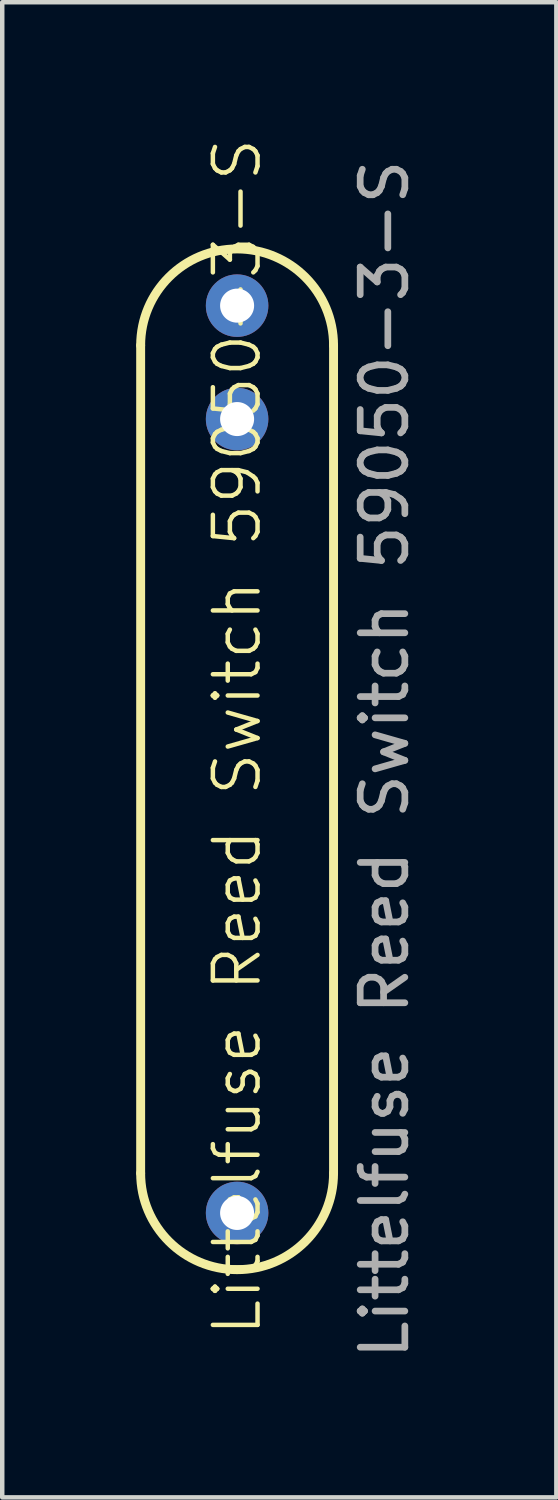
<source format=kicad_pcb>
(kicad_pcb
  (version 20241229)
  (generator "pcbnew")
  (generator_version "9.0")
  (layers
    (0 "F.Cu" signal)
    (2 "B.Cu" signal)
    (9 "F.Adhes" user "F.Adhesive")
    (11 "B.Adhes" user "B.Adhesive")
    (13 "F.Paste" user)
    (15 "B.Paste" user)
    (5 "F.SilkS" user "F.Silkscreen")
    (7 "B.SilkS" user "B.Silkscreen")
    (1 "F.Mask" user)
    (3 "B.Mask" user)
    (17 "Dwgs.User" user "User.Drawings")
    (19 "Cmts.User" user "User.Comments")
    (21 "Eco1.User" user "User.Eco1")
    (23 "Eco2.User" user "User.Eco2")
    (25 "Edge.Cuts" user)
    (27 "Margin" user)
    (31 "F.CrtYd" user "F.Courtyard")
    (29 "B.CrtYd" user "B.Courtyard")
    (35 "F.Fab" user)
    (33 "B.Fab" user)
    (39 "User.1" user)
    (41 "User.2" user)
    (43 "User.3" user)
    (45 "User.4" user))
  (footprint "Littelfuse Reed Switch 59050-3-S"
    (layer "F.Cu")
    (at 2.26 13.955)
    (property "Reference" "Littelfuse Reed Switch 59050-3-S" (at 0 -0.5 90) (unlocked yes) (layer "F.SilkS") (effects (font (size 1 1) (thickness 0.1))))
    (attr through_hole exclude_from_pos_files exclude_from_bom)
    (fp_line (start -2.16 9.27) (end -2.16 -9.27) (stroke (width 0.2) (type solid)) (layer "F.SilkS"))
    (fp_line (start 2.16 9.27) (end 2.16 -9.27) (stroke (width 0.2) (type solid)) (layer "F.SilkS"))
    (fp_arc (start -2.16 -9.27) (mid 0 -11.43) (end 2.16 -9.27) (stroke (width 0.2) (type solid)) (layer "F.SilkS"))
    (fp_arc (start 2.16 9.27) (mid 0 11.43) (end -2.16 9.27) (stroke (width 0.2) (type solid)) (layer "F.SilkS"))
    (fp_circle (center 0 -10.16) (end 0.254 -10.16) (stroke (width 0.2) (type solid)) (fill no) (layer "F.SilkS"))
    (fp_circle (center 0 -7.62) (end 0.254 -7.62) (stroke (width 0.2) (type solid)) (fill no) (layer "F.SilkS"))
    (fp_circle (center 0 10.16) (end 0.254 10.16) (stroke (width 0.2) (type solid)) (fill no) (layer "F.SilkS"))
    (fp_text user "${REFERENCE}" (at 3.302 0 90) (unlocked yes) (layer "F.Fab") (effects (font (size 1 1) (thickness 0.15))))
    (pad "1" thru_hole circle (at 0 -7.62) (size 1.4 1.4) (drill 0.762) (layers "*.Cu" "*.Mask"))
    (pad "2" thru_hole circle (at 0 10.16) (size 1.4 1.4) (drill 0.762) (layers "*.Cu" "*.Mask"))
    (pad "3" thru_hole circle (at 0 -10.16) (size 1.4 1.4) (drill 0.762) (layers "*.Cu" "*.Mask")))
  (gr_rect
    (start -3 -3)
    (end 9.41 30.485)
    (stroke (width 0.1) (type default))
    (fill no)
    (layer "Edge.Cuts")))
</source>
